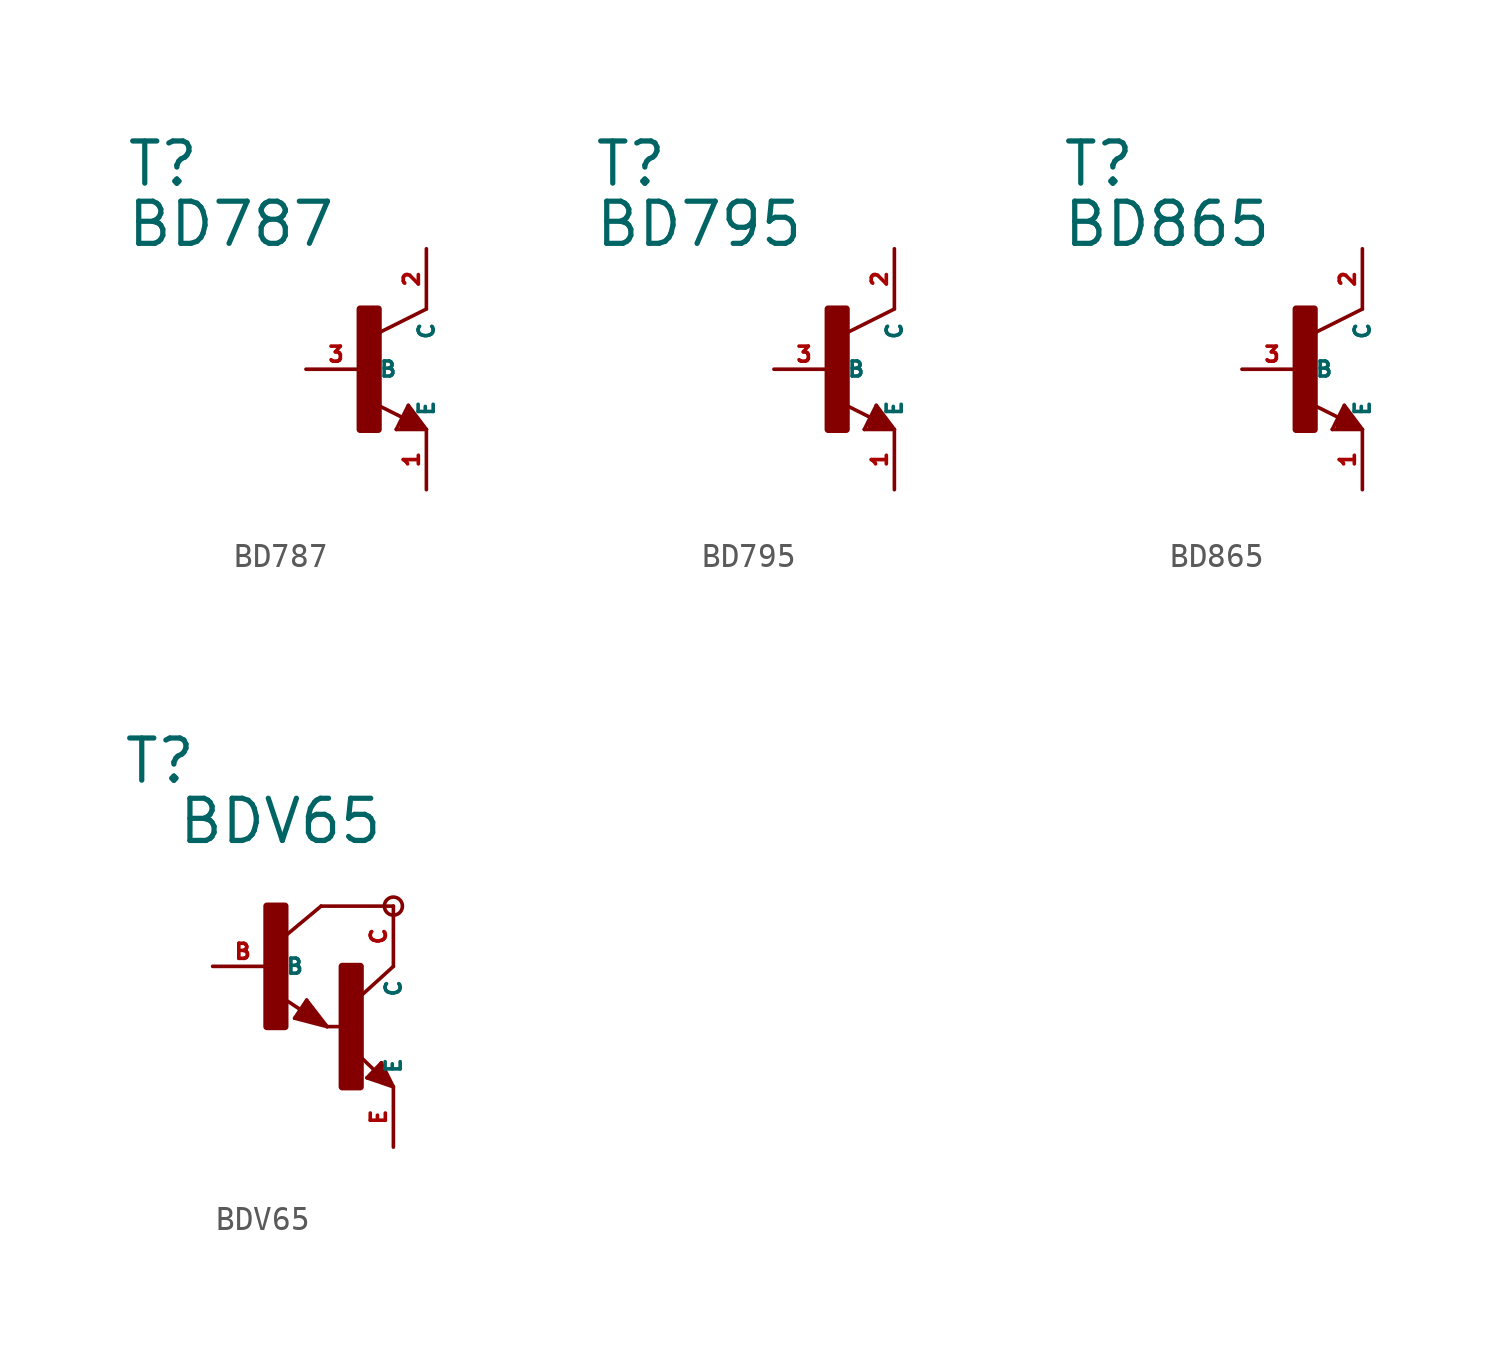
<source format=kicad_sym>
(kicad_symbol_lib
  (version 20220914)
  (generator Eagle2Kicad)
  (symbol "BD787"
    (property "Reference" "T"
      (at -10.16 7.62 0)
      (effects (font (size 1.778 1.778) (thickness 0.22)) (justify left bottom)))
    (property "Value" "BD787"
      (at -10.16 5.08 0)
      (effects (font (size 1.778 1.778) (thickness 0.22)) (justify left bottom)))
    (polyline
      (pts (xy 2.54 2.54) (xy 0.508 1.524))
      (stroke (width 0.152) (type default))
      (fill (type none)))
    (polyline
      (pts (xy 1.778 -1.524) (xy 2.54 -2.54))
      (stroke (width 0.152) (type default))
      (fill (type none)))
    (polyline
      (pts (xy 2.54 -2.54) (xy 1.27 -2.54))
      (stroke (width 0.152) (type default))
      (fill (type none)))
    (polyline
      (pts (xy 1.27 -2.54) (xy 1.778 -1.524))
      (stroke (width 0.152) (type default))
      (fill (type none)))
    (polyline
      (pts (xy 1.54 -2.04) (xy 0.308 -1.424))
      (stroke (width 0.152) (type default))
      (fill (type none)))
    (polyline
      (pts (xy 1.524 -2.413) (xy 2.286 -2.413))
      (stroke (width 0.254) (type default))
      (fill (type none)))
    (polyline
      (pts (xy 2.286 -2.413) (xy 1.778 -1.778))
      (stroke (width 0.254) (type default))
      (fill (type none)))
    (polyline
      (pts (xy 1.778 -1.778) (xy 1.524 -2.286))
      (stroke (width 0.254) (type default))
      (fill (type none)))
    (polyline
      (pts (xy 1.524 -2.286) (xy 1.905 -2.286))
      (stroke (width 0.254) (type default))
      (fill (type none)))
    (polyline
      (pts (xy 1.905 -2.286) (xy 1.778 -2.032))
      (stroke (width 0.254) (type default))
      (fill (type none)))
    (rectangle
      (start -0.254 -2.54)
      (end 0.508 2.54)
      (stroke (width 0.3) (type default))
      (fill (type outline)))
    (pin passive line
      (at -2.54 0 0)
      (length 2.54)
      (name "B" (effects (font (size 0.635 0.635) (thickness 0.08)) (justify left bottom)))
      (number "3" (effects (font (size 0.635 0.635) (thickness 0.08)) (justify left bottom))))
    (pin passive line
      (at 2.54 -5.08 90)
      (length 2.54)
      (name "E" (effects (font (size 0.635 0.635) (thickness 0.08)) (justify left bottom)))
      (number "1" (effects (font (size 0.635 0.635) (thickness 0.08)) (justify left bottom))))
    (pin passive line
      (at 2.54 5.08 270)
      (length 2.54)
      (name "C" (effects (font (size 0.635 0.635) (thickness 0.08)) (justify left bottom)))
      (number "2" (effects (font (size 0.635 0.635) (thickness 0.08)) (justify left bottom)))))
  (symbol "BD795"
    (property "Reference" "T"
      (at -10.16 7.62 0)
      (effects (font (size 1.778 1.778) (thickness 0.22)) (justify left bottom)))
    (property "Value" "BD795"
      (at -10.16 5.08 0)
      (effects (font (size 1.778 1.778) (thickness 0.22)) (justify left bottom)))
    (polyline
      (pts (xy 2.54 2.54) (xy 0.508 1.524))
      (stroke (width 0.152) (type default))
      (fill (type none)))
    (polyline
      (pts (xy 1.778 -1.524) (xy 2.54 -2.54))
      (stroke (width 0.152) (type default))
      (fill (type none)))
    (polyline
      (pts (xy 2.54 -2.54) (xy 1.27 -2.54))
      (stroke (width 0.152) (type default))
      (fill (type none)))
    (polyline
      (pts (xy 1.27 -2.54) (xy 1.778 -1.524))
      (stroke (width 0.152) (type default))
      (fill (type none)))
    (polyline
      (pts (xy 1.54 -2.04) (xy 0.308 -1.424))
      (stroke (width 0.152) (type default))
      (fill (type none)))
    (polyline
      (pts (xy 1.524 -2.413) (xy 2.286 -2.413))
      (stroke (width 0.254) (type default))
      (fill (type none)))
    (polyline
      (pts (xy 2.286 -2.413) (xy 1.778 -1.778))
      (stroke (width 0.254) (type default))
      (fill (type none)))
    (polyline
      (pts (xy 1.778 -1.778) (xy 1.524 -2.286))
      (stroke (width 0.254) (type default))
      (fill (type none)))
    (polyline
      (pts (xy 1.524 -2.286) (xy 1.905 -2.286))
      (stroke (width 0.254) (type default))
      (fill (type none)))
    (polyline
      (pts (xy 1.905 -2.286) (xy 1.778 -2.032))
      (stroke (width 0.254) (type default))
      (fill (type none)))
    (rectangle
      (start -0.254 -2.54)
      (end 0.508 2.54)
      (stroke (width 0.3) (type default))
      (fill (type outline)))
    (pin passive line
      (at -2.54 0 0)
      (length 2.54)
      (name "B" (effects (font (size 0.635 0.635) (thickness 0.08)) (justify left bottom)))
      (number "3" (effects (font (size 0.635 0.635) (thickness 0.08)) (justify left bottom))))
    (pin passive line
      (at 2.54 -5.08 90)
      (length 2.54)
      (name "E" (effects (font (size 0.635 0.635) (thickness 0.08)) (justify left bottom)))
      (number "1" (effects (font (size 0.635 0.635) (thickness 0.08)) (justify left bottom))))
    (pin passive line
      (at 2.54 5.08 270)
      (length 2.54)
      (name "C" (effects (font (size 0.635 0.635) (thickness 0.08)) (justify left bottom)))
      (number "2" (effects (font (size 0.635 0.635) (thickness 0.08)) (justify left bottom)))))
  (symbol "BD865"
    (property "Reference" "T"
      (at -10.16 7.62 0)
      (effects (font (size 1.778 1.778) (thickness 0.22)) (justify left bottom)))
    (property "Value" "BD865"
      (at -10.16 5.08 0)
      (effects (font (size 1.778 1.778) (thickness 0.22)) (justify left bottom)))
    (polyline
      (pts (xy 2.54 2.54) (xy 0.508 1.524))
      (stroke (width 0.152) (type default))
      (fill (type none)))
    (polyline
      (pts (xy 1.778 -1.524) (xy 2.54 -2.54))
      (stroke (width 0.152) (type default))
      (fill (type none)))
    (polyline
      (pts (xy 2.54 -2.54) (xy 1.27 -2.54))
      (stroke (width 0.152) (type default))
      (fill (type none)))
    (polyline
      (pts (xy 1.27 -2.54) (xy 1.778 -1.524))
      (stroke (width 0.152) (type default))
      (fill (type none)))
    (polyline
      (pts (xy 1.54 -2.04) (xy 0.308 -1.424))
      (stroke (width 0.152) (type default))
      (fill (type none)))
    (polyline
      (pts (xy 1.524 -2.413) (xy 2.286 -2.413))
      (stroke (width 0.254) (type default))
      (fill (type none)))
    (polyline
      (pts (xy 2.286 -2.413) (xy 1.778 -1.778))
      (stroke (width 0.254) (type default))
      (fill (type none)))
    (polyline
      (pts (xy 1.778 -1.778) (xy 1.524 -2.286))
      (stroke (width 0.254) (type default))
      (fill (type none)))
    (polyline
      (pts (xy 1.524 -2.286) (xy 1.905 -2.286))
      (stroke (width 0.254) (type default))
      (fill (type none)))
    (polyline
      (pts (xy 1.905 -2.286) (xy 1.778 -2.032))
      (stroke (width 0.254) (type default))
      (fill (type none)))
    (rectangle
      (start -0.254 -2.54)
      (end 0.508 2.54)
      (stroke (width 0.3) (type default))
      (fill (type outline)))
    (pin passive line
      (at -2.54 0 0)
      (length 2.54)
      (name "B" (effects (font (size 0.635 0.635) (thickness 0.08)) (justify left bottom)))
      (number "3" (effects (font (size 0.635 0.635) (thickness 0.08)) (justify left bottom))))
    (pin passive line
      (at 2.54 -5.08 90)
      (length 2.54)
      (name "E" (effects (font (size 0.635 0.635) (thickness 0.08)) (justify left bottom)))
      (number "1" (effects (font (size 0.635 0.635) (thickness 0.08)) (justify left bottom))))
    (pin passive line
      (at 2.54 5.08 270)
      (length 2.54)
      (name "C" (effects (font (size 0.635 0.635) (thickness 0.08)) (justify left bottom)))
      (number "2" (effects (font (size 0.635 0.635) (thickness 0.08)) (justify left bottom)))))
  (symbol "BDV65"
    (property "Reference" "T"
      (at -6.35 7.62 0)
      (effects (font (size 1.778 1.778) (thickness 0.22)) (justify left bottom)))
    (property "Value" "BDV65"
      (at -4.064 5.08 0)
      (effects (font (size 1.778 1.778) (thickness 0.22)) (justify left bottom)))
    (polyline
      (pts (xy 5.08 2.54) (xy 2.032 2.54))
      (stroke (width 0.152) (type default))
      (fill (type none)))
    (polyline
      (pts (xy 1.424 -1.424) (xy 2.286 -2.54))
      (stroke (width 0.152) (type default))
      (fill (type none)))
    (polyline
      (pts (xy 2.921 -2.54) (xy 2.286 -2.54))
      (stroke (width 0.152) (type default))
      (fill (type none)))
    (polyline
      (pts (xy 0.916 -2.186) (xy 1.424 -1.424))
      (stroke (width 0.152) (type default))
      (fill (type none)))
    (polyline
      (pts (xy 2.286 -2.54) (xy 0.916 -2.186))
      (stroke (width 0.152) (type default))
      (fill (type none)))
    (polyline
      (pts (xy 2.032 2.54) (xy 0.508 1.27))
      (stroke (width 0.152) (type default))
      (fill (type none)))
    (polyline
      (pts (xy 5.08 0) (xy 3.683 -1.27))
      (stroke (width 0.152) (type default))
      (fill (type none)))
    (polyline
      (pts (xy 5.08 -5.08) (xy 3.964 -4.699))
      (stroke (width 0.152) (type default))
      (fill (type none)))
    (polyline
      (pts (xy 4.572 -4.064) (xy 5.08 -5.08))
      (stroke (width 0.152) (type default))
      (fill (type none)))
    (polyline
      (pts (xy 3.964 -4.699) (xy 4.572 -4.064))
      (stroke (width 0.152) (type default))
      (fill (type none)))
    (polyline
      (pts (xy 1.186 -1.84) (xy 0.208 -1.197))
      (stroke (width 0.152) (type default))
      (fill (type none)))
    (polyline
      (pts (xy 4.28 -4.38) (xy 3.483 -3.61))
      (stroke (width 0.152) (type default))
      (fill (type none)))
    (polyline
      (pts (xy 2.159 -2.413) (xy 1.397 -1.524))
      (stroke (width 0.127) (type default))
      (fill (type none)))
    (polyline
      (pts (xy 1.397 -1.524) (xy 1.016 -2.159))
      (stroke (width 0.127) (type default))
      (fill (type none)))
    (polyline
      (pts (xy 1.016 -2.159) (xy 2.032 -2.413))
      (stroke (width 0.127) (type default))
      (fill (type none)))
    (polyline
      (pts (xy 2.032 -2.413) (xy 1.397 -1.651))
      (stroke (width 0.127) (type default))
      (fill (type none)))
    (polyline
      (pts (xy 1.397 -1.651) (xy 1.143 -2.032))
      (stroke (width 0.127) (type default))
      (fill (type none)))
    (polyline
      (pts (xy 1.143 -2.032) (xy 1.905 -2.286))
      (stroke (width 0.254) (type default))
      (fill (type none)))
    (polyline
      (pts (xy 1.905 -2.286) (xy 1.397 -1.778))
      (stroke (width 0.254) (type default))
      (fill (type none)))
    (polyline
      (pts (xy 1.397 -1.778) (xy 1.397 -1.905))
      (stroke (width 0.254) (type default))
      (fill (type none)))
    (polyline
      (pts (xy 4.953 -4.953) (xy 4.572 -4.191))
      (stroke (width 0.127) (type default))
      (fill (type none)))
    (polyline
      (pts (xy 4.572 -4.191) (xy 4.064 -4.699))
      (stroke (width 0.127) (type default))
      (fill (type none)))
    (polyline
      (pts (xy 4.064 -4.699) (xy 4.826 -4.953))
      (stroke (width 0.127) (type default))
      (fill (type none)))
    (polyline
      (pts (xy 4.826 -4.953) (xy 4.572 -4.318))
      (stroke (width 0.127) (type default))
      (fill (type none)))
    (polyline
      (pts (xy 4.572 -4.318) (xy 4.191 -4.699))
      (stroke (width 0.254) (type default))
      (fill (type none)))
    (polyline
      (pts (xy 4.191 -4.699) (xy 4.699 -4.826))
      (stroke (width 0.254) (type default))
      (fill (type none)))
    (polyline
      (pts (xy 4.699 -4.826) (xy 4.572 -4.572))
      (stroke (width 0.254) (type default))
      (fill (type none)))
    (polyline
      (pts (xy 4.572 -4.572) (xy 4.445 -4.572))
      (stroke (width 0.254) (type default))
      (fill (type none)))
    (circle
      (center 5.08 2.54)
      (radius 0.381)
      (stroke (width 0) (type default))
      (fill (type none)))
    (rectangle
      (start -0.254 -2.54)
      (end 0.508 2.54)
      (stroke (width 0.3) (type default))
      (fill (type outline)))
    (rectangle
      (start 2.921 -5.08)
      (end 3.683 0)
      (stroke (width 0.3) (type default))
      (fill (type outline)))
    (pin passive line
      (at -2.54 0 0)
      (length 2.54)
      (name "B" (effects (font (size 0.635 0.635) (thickness 0.08)) (justify left bottom)))
      (number "B" (effects (font (size 0.635 0.635) (thickness 0.08)) (justify left bottom))))
    (pin passive line
      (at 5.08 -7.62 90)
      (length 2.54)
      (name "E" (effects (font (size 0.635 0.635) (thickness 0.08)) (justify left bottom)))
      (number "E" (effects (font (size 0.635 0.635) (thickness 0.08)) (justify left bottom))))
    (pin passive line
      (at 5.08 2.54 270)
      (length 2.54)
      (name "C" (effects (font (size 0.635 0.635) (thickness 0.08)) (justify left bottom)))
      (number "C" (effects (font (size 0.635 0.635) (thickness 0.08)) (justify left bottom))))))
</source>
